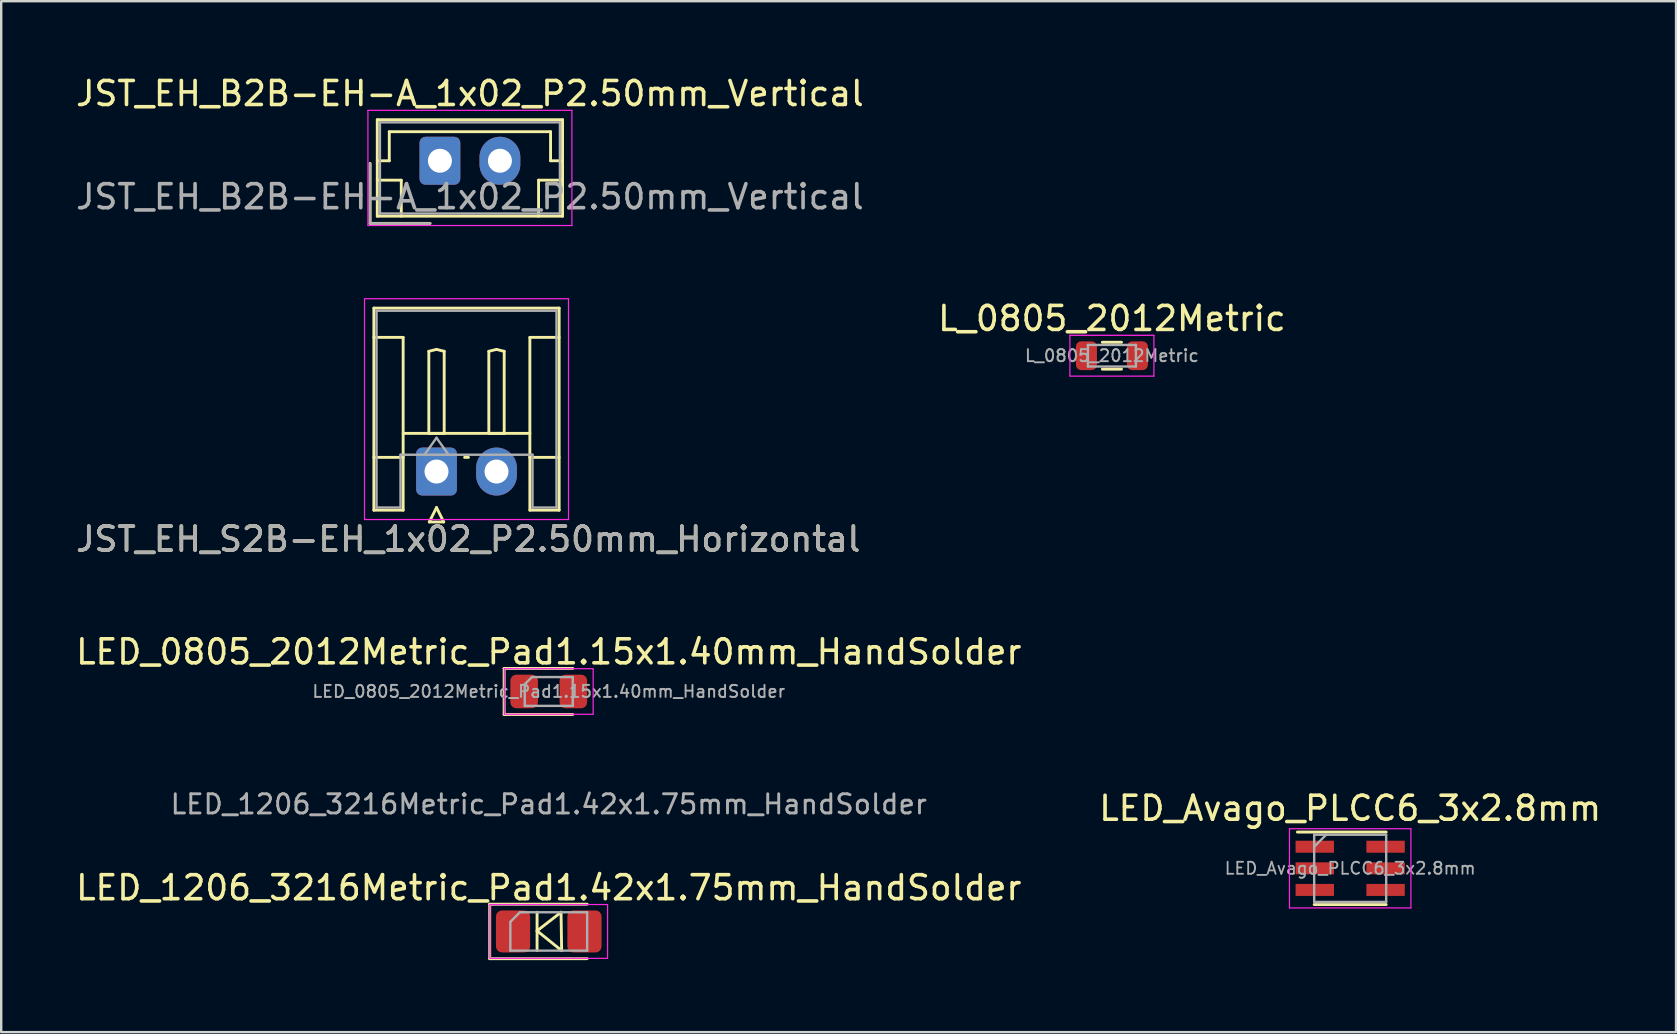
<source format=kicad_pcb>
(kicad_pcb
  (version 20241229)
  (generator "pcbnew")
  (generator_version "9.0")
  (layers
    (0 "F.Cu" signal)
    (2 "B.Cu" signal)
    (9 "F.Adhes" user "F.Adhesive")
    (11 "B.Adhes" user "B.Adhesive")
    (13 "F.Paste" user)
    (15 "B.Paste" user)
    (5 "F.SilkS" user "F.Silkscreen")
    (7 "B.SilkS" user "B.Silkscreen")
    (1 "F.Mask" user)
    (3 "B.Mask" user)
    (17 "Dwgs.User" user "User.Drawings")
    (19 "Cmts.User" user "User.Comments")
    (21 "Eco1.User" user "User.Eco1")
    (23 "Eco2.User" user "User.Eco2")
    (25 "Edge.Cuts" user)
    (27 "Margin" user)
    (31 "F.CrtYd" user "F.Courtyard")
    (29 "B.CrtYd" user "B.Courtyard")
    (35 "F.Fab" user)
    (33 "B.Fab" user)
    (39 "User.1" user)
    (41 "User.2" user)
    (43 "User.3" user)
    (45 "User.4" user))
  (footprint "LED_Avago_PLCC6_3x2.8mm"
    (layer "F.Cu")
    (at 53.208 33.13)
    (property "Reference" "LED_Avago_PLCC6_3x2.8mm" (at 0 -2.5 0) (layer "F.SilkS") (effects (font (size 1 1) (thickness 0.15))))
    (attr smd)
    (fp_line (start -2.2 -1.51) (end 1.5 -1.51) (stroke (width 0.12) (type solid)) (layer "F.SilkS"))
    (fp_line (start -1.5 1.51) (end 1.5 1.51) (stroke (width 0.12) (type solid)) (layer "F.SilkS"))
    (fp_line (start -2.53 -1.65) (end -2.53 1.65) (stroke (width 0.05) (type solid)) (layer "F.CrtYd"))
    (fp_line (start -2.53 -1.65) (end 2.53 -1.65) (stroke (width 0.05) (type solid)) (layer "F.CrtYd"))
    (fp_line (start -2.53 1.65) (end 2.53 1.65) (stroke (width 0.05) (type solid)) (layer "F.CrtYd"))
    (fp_line (start 2.53 -1.65) (end 2.53 1.65) (stroke (width 0.05) (type solid)) (layer "F.CrtYd"))
    (fp_line (start -1.5 -1.4) (end -1.5 1.4) (stroke (width 0.1) (type solid)) (layer "F.Fab"))
    (fp_line (start -1.5 -1.4) (end 1.5 -1.4) (stroke (width 0.1) (type solid)) (layer "F.Fab"))
    (fp_line (start -1.5 -0.9) (end -1 -1.4) (stroke (width 0.1) (type solid)) (layer "F.Fab"))
    (fp_line (start -1.5 1.4) (end 1.5 1.4) (stroke (width 0.1) (type solid)) (layer "F.Fab"))
    (fp_line (start 1.5 -1.4) (end 1.5 1.4) (stroke (width 0.1) (type solid)) (layer "F.Fab"))
    (fp_text user "${REFERENCE}" (at 0 0 0) (layer "F.Fab") (effects (font (size 0.5 0.5) (thickness 0.075))))
    (pad "1" smd rect (at -1.475 -0.9) (size 1.6 0.5) (layers "F.Cu" "F.Mask" "F.Paste"))
    (pad "2" smd rect (at -1.475 0) (size 1.6 0.5) (layers "F.Cu" "F.Mask" "F.Paste"))
    (pad "3" smd rect (at -1.475 0.9) (size 1.6 0.5) (layers "F.Cu" "F.Mask" "F.Paste"))
    (pad "4" smd rect (at 1.475 0.9) (size 1.6 0.5) (layers "F.Cu" "F.Mask" "F.Paste"))
    (pad "5" smd rect (at 1.475 0) (size 1.6 0.5) (layers "F.Cu" "F.Mask" "F.Paste"))
    (pad "6" smd rect (at 1.475 -0.9) (size 1.6 0.5) (layers "F.Cu" "F.Mask" "F.Paste")))
  (footprint "LED_1206_3216Metric_Pad1.42x1.75mm_HandSolder"
    (layer "F.Cu")
    (at 19.815 35.76)
    (property "Reference" "LED_1206_3216Metric_Pad1.42x1.75mm_HandSolder" (at 0 -1.82 0) (layer "F.SilkS") (effects (font (size 1 1) (thickness 0.15))))
    (attr smd)
    (fp_line (start -2.46 -1.135) (end -2.46 1.135) (stroke (width 0.12) (type solid)) (layer "F.SilkS"))
    (fp_line (start -2.46 1.135) (end 1.6 1.135) (stroke (width 0.12) (type solid)) (layer "F.SilkS"))
    (fp_line (start -0.487 -0.8) (end -0.487 0.8) (stroke (width 0.12) (type solid)) (layer "F.SilkS"))
    (fp_line (start -0.487 -0.025) (end 0.512 -0.8) (stroke (width 0.12) (type solid)) (layer "F.SilkS"))
    (fp_line (start 0.512 -0.8) (end 0.537 0.8) (stroke (width 0.12) (type solid)) (layer "F.SilkS"))
    (fp_line (start 0.537 0.8) (end -0.487 -0.025) (stroke (width 0.12) (type solid)) (layer "F.SilkS"))
    (fp_line (start 1.6 -1.135) (end -2.46 -1.135) (stroke (width 0.12) (type solid)) (layer "F.SilkS"))
    (fp_line (start -2.45 -1.12) (end 2.45 -1.12) (stroke (width 0.05) (type solid)) (layer "F.CrtYd"))
    (fp_line (start -2.45 1.12) (end -2.45 -1.12) (stroke (width 0.05) (type solid)) (layer "F.CrtYd"))
    (fp_line (start 2.45 -1.12) (end 2.45 1.12) (stroke (width 0.05) (type solid)) (layer "F.CrtYd"))
    (fp_line (start 2.45 1.12) (end -2.45 1.12) (stroke (width 0.05) (type solid)) (layer "F.CrtYd"))
    (fp_line (start -1.6 -0.4) (end -1.6 0.8) (stroke (width 0.1) (type solid)) (layer "F.Fab"))
    (fp_line (start -1.6 0.8) (end 1.6 0.8) (stroke (width 0.1) (type solid)) (layer "F.Fab"))
    (fp_line (start -1.2 -0.8) (end -1.6 -0.4) (stroke (width 0.1) (type solid)) (layer "F.Fab"))
    (fp_line (start 1.6 -0.8) (end -1.2 -0.8) (stroke (width 0.1) (type solid)) (layer "F.Fab"))
    (fp_line (start 1.6 0.8) (end 1.6 -0.8) (stroke (width 0.1) (type solid)) (layer "F.Fab"))
    (fp_text user "${REFERENCE}" (at 0 -5.3 0) (layer "F.Fab") (effects (font (size 0.8 0.8) (thickness 0.12))))
    (pad "1" smd roundrect (at -1.488 0) (size 1.425 1.75) (layers "F.Cu" "F.Mask" "F.Paste") (roundrect_rratio 0.175))
    (pad "2" smd roundrect (at 1.488 0) (size 1.425 1.75) (layers "F.Cu" "F.Mask" "F.Paste") (roundrect_rratio 0.175)))
  (footprint "JST_EH_B2B-EH-A_1x02_P2.50mm_Vertical"
    (layer "F.Cu")
    (at 15.28 3.648)
    (property "Reference" "JST_EH_B2B-EH-A_1x02_P2.50mm_Vertical" (at 1.25 -2.8 0) (layer "F.SilkS") (effects (font (size 1 1) (thickness 0.15))))
    (attr through_hole)
    (fp_line (start -2.91 0.11) (end -2.91 2.61) (stroke (width 0.12) (type solid)) (layer "F.SilkS"))
    (fp_line (start -2.91 2.61) (end -0.41 2.61) (stroke (width 0.12) (type solid)) (layer "F.SilkS"))
    (fp_line (start -2.61 -1.71) (end -2.61 2.31) (stroke (width 0.12) (type solid)) (layer "F.SilkS"))
    (fp_line (start -2.61 0) (end -2.11 0) (stroke (width 0.12) (type solid)) (layer "F.SilkS"))
    (fp_line (start -2.61 0.81) (end -1.61 0.81) (stroke (width 0.12) (type solid)) (layer "F.SilkS"))
    (fp_line (start -2.61 2.31) (end 5.11 2.31) (stroke (width 0.12) (type solid)) (layer "F.SilkS"))
    (fp_line (start -2.11 -1.21) (end 4.61 -1.21) (stroke (width 0.12) (type solid)) (layer "F.SilkS"))
    (fp_line (start -2.11 0) (end -2.11 -1.21) (stroke (width 0.12) (type solid)) (layer "F.SilkS"))
    (fp_line (start -1.61 0.81) (end -1.61 2.31) (stroke (width 0.12) (type solid)) (layer "F.SilkS"))
    (fp_line (start 4.11 0.81) (end 4.11 2.31) (stroke (width 0.12) (type solid)) (layer "F.SilkS"))
    (fp_line (start 4.61 -1.21) (end 4.61 0) (stroke (width 0.12) (type solid)) (layer "F.SilkS"))
    (fp_line (start 4.61 0) (end 5.11 0) (stroke (width 0.12) (type solid)) (layer "F.SilkS"))
    (fp_line (start 5.11 -1.71) (end -2.61 -1.71) (stroke (width 0.12) (type solid)) (layer "F.SilkS"))
    (fp_line (start 5.11 0.81) (end 4.11 0.81) (stroke (width 0.12) (type solid)) (layer "F.SilkS"))
    (fp_line (start 5.11 2.31) (end 5.11 -1.71) (stroke (width 0.12) (type solid)) (layer "F.SilkS"))
    (fp_line (start -3 -2.1) (end -3 2.7) (stroke (width 0.05) (type solid)) (layer "F.CrtYd"))
    (fp_line (start -3 2.7) (end 5.5 2.7) (stroke (width 0.05) (type solid)) (layer "F.CrtYd"))
    (fp_line (start 5.5 -2.1) (end -3 -2.1) (stroke (width 0.05) (type solid)) (layer "F.CrtYd"))
    (fp_line (start 5.5 2.7) (end 5.5 -2.1) (stroke (width 0.05) (type solid)) (layer "F.CrtYd"))
    (fp_line (start -2.91 0.11) (end -2.91 2.61) (stroke (width 0.1) (type solid)) (layer "F.Fab"))
    (fp_line (start -2.91 2.61) (end -0.41 2.61) (stroke (width 0.1) (type solid)) (layer "F.Fab"))
    (fp_line (start -2.5 -1.6) (end -2.5 2.2) (stroke (width 0.1) (type solid)) (layer "F.Fab"))
    (fp_line (start -2.5 2.2) (end 5 2.2) (stroke (width 0.1) (type solid)) (layer "F.Fab"))
    (fp_line (start 5 -1.6) (end -2.5 -1.6) (stroke (width 0.1) (type solid)) (layer "F.Fab"))
    (fp_line (start 5 2.2) (end 5 -1.6) (stroke (width 0.1) (type solid)) (layer "F.Fab"))
    (fp_text user "${REFERENCE}" (at 1.25 1.5 0) (layer "F.Fab") (effects (font (size 1 1) (thickness 0.15))))
    (pad "1" thru_hole roundrect (at 0 0) (size 1.7 2) (drill 1) (layers "*.Cu" "*.Mask") (roundrect_rratio 0.147))
    (pad "2" thru_hole oval (at 2.5 0) (size 1.7 2) (drill 1) (layers "*.Cu" "*.Mask")))
  (footprint "JST_EH_S2B-EH_1x02_P2.50mm_Horizontal"
    (layer "F.Cu")
    (at 16.408 9.788)
    (property "Reference" "JST_EH_S2B-EH_1x02_P2.50mm_Horizontal" (at 0.051 9.627 0) (layer "F.SilkS") (effects (font (size 1 1) (thickness 0.15))))
    (attr through_hole)
    (fp_line (start -3.88 0) (end 3.84 0) (stroke (width 0.12) (type solid)) (layer "F.SilkS"))
    (fp_line (start -3.88 1.22) (end -2.66 1.22) (stroke (width 0.12) (type solid)) (layer "F.SilkS"))
    (fp_line (start -3.88 8.42) (end -3.88 0) (stroke (width 0.12) (type solid)) (layer "F.SilkS"))
    (fp_line (start -2.66 1.22) (end -2.66 6.22) (stroke (width 0.12) (type solid)) (layer "F.SilkS"))
    (fp_line (start -2.66 5.22) (end 2.62 5.22) (stroke (width 0.12) (type solid)) (layer "F.SilkS"))
    (fp_line (start -2.66 6.22) (end -3.88 6.22) (stroke (width 0.12) (type solid)) (layer "F.SilkS"))
    (fp_line (start -2.66 6.22) (end -2.66 8.42) (stroke (width 0.12) (type solid)) (layer "F.SilkS"))
    (fp_line (start -2.66 8.42) (end -3.88 8.42) (stroke (width 0.12) (type solid)) (layer "F.SilkS"))
    (fp_line (start -1.59 1.8) (end -1.27 1.72) (stroke (width 0.12) (type solid)) (layer "F.SilkS"))
    (fp_line (start -1.59 5.22) (end -1.59 1.8) (stroke (width 0.12) (type solid)) (layer "F.SilkS"))
    (fp_line (start -1.57 8.91) (end -0.97 8.91) (stroke (width 0.12) (type solid)) (layer "F.SilkS"))
    (fp_line (start -1.27 1.72) (end -0.95 1.8) (stroke (width 0.12) (type solid)) (layer "F.SilkS"))
    (fp_line (start -1.27 5.22) (end -1.59 5.22) (stroke (width 0.12) (type solid)) (layer "F.SilkS"))
    (fp_line (start -1.27 8.31) (end -1.57 8.91) (stroke (width 0.12) (type solid)) (layer "F.SilkS"))
    (fp_line (start -0.97 8.91) (end -1.27 8.31) (stroke (width 0.12) (type solid)) (layer "F.SilkS"))
    (fp_line (start -0.95 1.8) (end -0.95 5.22) (stroke (width 0.12) (type solid)) (layer "F.SilkS"))
    (fp_line (start -0.95 5.22) (end -1.27 5.22) (stroke (width 0.12) (type solid)) (layer "F.SilkS"))
    (fp_line (start -0.1 6.22) (end 0.06 6.22) (stroke (width 0.12) (type solid)) (layer "F.SilkS"))
    (fp_line (start 0.91 1.8) (end 1.23 1.72) (stroke (width 0.12) (type solid)) (layer "F.SilkS"))
    (fp_line (start 0.91 5.22) (end 0.91 1.8) (stroke (width 0.12) (type solid)) (layer "F.SilkS"))
    (fp_line (start 1.23 1.72) (end 1.55 1.8) (stroke (width 0.12) (type solid)) (layer "F.SilkS"))
    (fp_line (start 1.23 5.22) (end 0.91 5.22) (stroke (width 0.12) (type solid)) (layer "F.SilkS"))
    (fp_line (start 1.55 1.8) (end 1.55 5.22) (stroke (width 0.12) (type solid)) (layer "F.SilkS"))
    (fp_line (start 1.55 5.22) (end 1.23 5.22) (stroke (width 0.12) (type solid)) (layer "F.SilkS"))
    (fp_line (start 2.62 1.22) (end 2.62 6.22) (stroke (width 0.12) (type solid)) (layer "F.SilkS"))
    (fp_line (start 2.62 6.22) (end 3.84 6.22) (stroke (width 0.12) (type solid)) (layer "F.SilkS"))
    (fp_line (start 2.62 8.42) (end 2.62 6.22) (stroke (width 0.12) (type solid)) (layer "F.SilkS"))
    (fp_line (start 3.84 0) (end 3.84 8.42) (stroke (width 0.12) (type solid)) (layer "F.SilkS"))
    (fp_line (start 3.84 1.22) (end 2.62 1.22) (stroke (width 0.12) (type solid)) (layer "F.SilkS"))
    (fp_line (start 3.84 8.42) (end 2.62 8.42) (stroke (width 0.12) (type solid)) (layer "F.SilkS"))
    (fp_line (start -4.27 -0.39) (end -4.27 8.81) (stroke (width 0.05) (type solid)) (layer "F.CrtYd"))
    (fp_line (start -4.27 8.81) (end 4.23 8.81) (stroke (width 0.05) (type solid)) (layer "F.CrtYd"))
    (fp_line (start 4.23 -0.39) (end -4.27 -0.39) (stroke (width 0.05) (type solid)) (layer "F.CrtYd"))
    (fp_line (start 4.23 8.81) (end 4.23 -0.39) (stroke (width 0.05) (type solid)) (layer "F.CrtYd"))
    (fp_line (start -3.77 0.11) (end 3.73 0.11) (stroke (width 0.1) (type solid)) (layer "F.Fab"))
    (fp_line (start -3.77 8.31) (end -3.77 0.11) (stroke (width 0.1) (type solid)) (layer "F.Fab"))
    (fp_line (start -2.77 6.11) (end -2.77 8.31) (stroke (width 0.1) (type solid)) (layer "F.Fab"))
    (fp_line (start -2.77 8.31) (end -3.77 8.31) (stroke (width 0.1) (type solid)) (layer "F.Fab"))
    (fp_line (start -1.77 6.11) (end -1.27 5.403) (stroke (width 0.1) (type solid)) (layer "F.Fab"))
    (fp_line (start -1.27 5.403) (end -0.77 6.11) (stroke (width 0.1) (type solid)) (layer "F.Fab"))
    (fp_line (start 2.73 6.11) (end -2.77 6.11) (stroke (width 0.1) (type solid)) (layer "F.Fab"))
    (fp_line (start 2.73 8.31) (end 2.73 6.11) (stroke (width 0.1) (type solid)) (layer "F.Fab"))
    (fp_line (start 3.73 0.11) (end 3.73 8.31) (stroke (width 0.1) (type solid)) (layer "F.Fab"))
    (fp_line (start 3.73 8.31) (end 2.73 8.31) (stroke (width 0.1) (type solid)) (layer "F.Fab"))
    (fp_text user "${REFERENCE}" (at 0.051 9.627 0) (layer "F.Fab") (effects (font (size 1 1) (thickness 0.15))))
    (pad "1" thru_hole roundrect (at -1.27 6.81) (size 1.7 2) (drill 1) (layers "*.Cu" "*.Mask") (roundrect_rratio 0.147))
    (pad "2" thru_hole oval (at 1.23 6.81) (size 1.7 2) (drill 1) (layers "*.Cu" "*.Mask")))
  (footprint "L_0805_2012Metric"
    (layer "F.Cu")
    (at 43.28 11.771)
    (property "Reference" "L_0805_2012Metric" (at 0 -1.55 0) (layer "F.SilkS") (effects (font (size 1 1) (thickness 0.15))))
    (attr smd)
    (fp_line (start -0.4 -0.56) (end 0.4 -0.56) (stroke (width 0.12) (type solid)) (layer "F.SilkS"))
    (fp_line (start -0.4 0.56) (end 0.4 0.56) (stroke (width 0.12) (type solid)) (layer "F.SilkS"))
    (fp_line (start -1.75 -0.85) (end 1.75 -0.85) (stroke (width 0.05) (type solid)) (layer "F.CrtYd"))
    (fp_line (start -1.75 0.85) (end -1.75 -0.85) (stroke (width 0.05) (type solid)) (layer "F.CrtYd"))
    (fp_line (start 1.75 -0.85) (end 1.75 0.85) (stroke (width 0.05) (type solid)) (layer "F.CrtYd"))
    (fp_line (start 1.75 0.85) (end -1.75 0.85) (stroke (width 0.05) (type solid)) (layer "F.CrtYd"))
    (fp_line (start -1 -0.45) (end 1 -0.45) (stroke (width 0.1) (type solid)) (layer "F.Fab"))
    (fp_line (start -1 0.45) (end -1 -0.45) (stroke (width 0.1) (type solid)) (layer "F.Fab"))
    (fp_line (start 1 -0.45) (end 1 0.45) (stroke (width 0.1) (type solid)) (layer "F.Fab"))
    (fp_line (start 1 0.45) (end -1 0.45) (stroke (width 0.1) (type solid)) (layer "F.Fab"))
    (fp_text user "${REFERENCE}" (at 0 0 0) (layer "F.Fab") (effects (font (size 0.5 0.5) (thickness 0.08))))
    (pad "1" smd roundrect (at -1.062 0) (size 0.875 1.2) (layers "F.Cu" "F.Mask" "F.Paste") (roundrect_rratio 0.25))
    (pad "2" smd roundrect (at 1.062 0) (size 0.875 1.2) (layers "F.Cu" "F.Mask" "F.Paste") (roundrect_rratio 0.25)))
  (footprint "LED_0805_2012Metric_Pad1.15x1.40mm_HandSolder"
    (layer "F.Cu")
    (at 19.815 25.761)
    (property "Reference" "LED_0805_2012Metric_Pad1.15x1.40mm_HandSolder" (at 0 -1.65 0) (layer "F.SilkS") (effects (font (size 1 1) (thickness 0.15))))
    (attr smd)
    (fp_line (start -1.86 -0.96) (end -1.86 0.96) (stroke (width 0.12) (type solid)) (layer "F.SilkS"))
    (fp_line (start -1.86 0.96) (end 1 0.96) (stroke (width 0.12) (type solid)) (layer "F.SilkS"))
    (fp_line (start 1 -0.96) (end -1.86 -0.96) (stroke (width 0.12) (type solid)) (layer "F.SilkS"))
    (fp_line (start -1.85 -0.95) (end 1.85 -0.95) (stroke (width 0.05) (type solid)) (layer "F.CrtYd"))
    (fp_line (start -1.85 0.95) (end -1.85 -0.95) (stroke (width 0.05) (type solid)) (layer "F.CrtYd"))
    (fp_line (start 1.85 -0.95) (end 1.85 0.95) (stroke (width 0.05) (type solid)) (layer "F.CrtYd"))
    (fp_line (start 1.85 0.95) (end -1.85 0.95) (stroke (width 0.05) (type solid)) (layer "F.CrtYd"))
    (fp_line (start -1 -0.3) (end -1 0.6) (stroke (width 0.1) (type solid)) (layer "F.Fab"))
    (fp_line (start -1 0.6) (end 1 0.6) (stroke (width 0.1) (type solid)) (layer "F.Fab"))
    (fp_line (start -0.7 -0.6) (end -1 -0.3) (stroke (width 0.1) (type solid)) (layer "F.Fab"))
    (fp_line (start 1 -0.6) (end -0.7 -0.6) (stroke (width 0.1) (type solid)) (layer "F.Fab"))
    (fp_line (start 1 0.6) (end 1 -0.6) (stroke (width 0.1) (type solid)) (layer "F.Fab"))
    (fp_text user "${REFERENCE}" (at 0 0 0) (layer "F.Fab") (effects (font (size 0.5 0.5) (thickness 0.08))))
    (pad "1" smd roundrect (at -1.025 0) (size 1.15 1.4) (layers "F.Cu" "F.Mask" "F.Paste") (roundrect_rratio 0.217))
    (pad "2" smd roundrect (at 1.025 0) (size 1.15 1.4) (layers "F.Cu" "F.Mask" "F.Paste") (roundrect_rratio 0.217)))
  (gr_rect
    (start -3 -3)
    (end 66.786 39.955)
    (stroke (width 0.1) (type default))
    (fill no)
    (layer "Edge.Cuts")))
</source>
